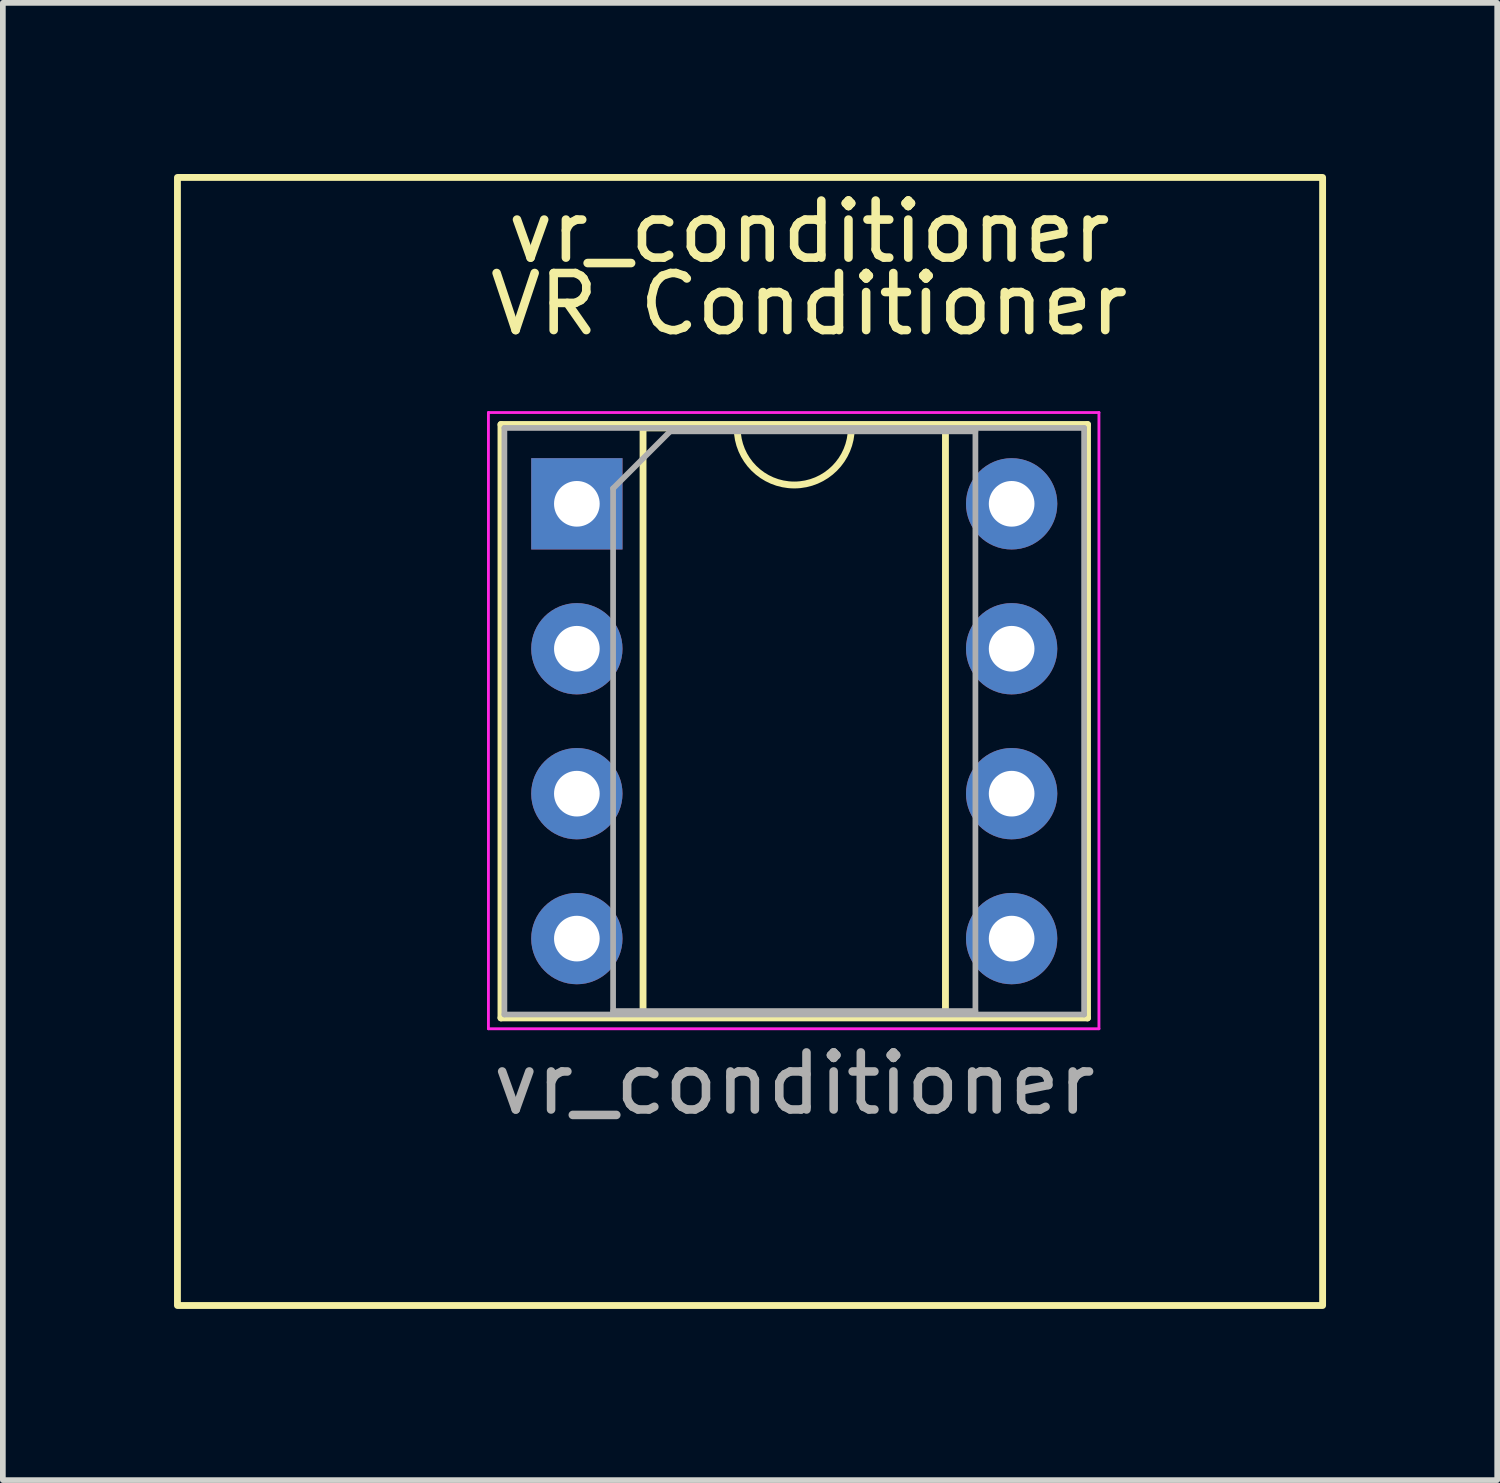
<source format=kicad_pcb>
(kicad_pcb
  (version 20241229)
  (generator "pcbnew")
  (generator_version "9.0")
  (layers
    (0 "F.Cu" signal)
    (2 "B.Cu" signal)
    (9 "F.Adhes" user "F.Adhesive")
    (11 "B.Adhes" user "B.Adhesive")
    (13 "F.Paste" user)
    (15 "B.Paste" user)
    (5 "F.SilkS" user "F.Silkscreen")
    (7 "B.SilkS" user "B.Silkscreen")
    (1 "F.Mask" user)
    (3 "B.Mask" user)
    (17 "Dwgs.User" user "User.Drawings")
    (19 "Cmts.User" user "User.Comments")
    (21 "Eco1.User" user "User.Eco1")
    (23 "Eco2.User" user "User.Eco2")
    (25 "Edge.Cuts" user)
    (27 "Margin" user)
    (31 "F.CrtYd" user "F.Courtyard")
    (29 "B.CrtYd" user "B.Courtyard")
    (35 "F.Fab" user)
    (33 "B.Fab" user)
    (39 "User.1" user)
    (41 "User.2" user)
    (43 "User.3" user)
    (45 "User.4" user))
  (footprint "vr_conditioner"
    (layer "F.Cu")
    (at 11.13 11.17)
    (property "Reference" "vr_conditioner" (at 0 -10.16 0) (unlocked yes) (layer "F.SilkS") (effects (font (size 1 1) (thickness 0.15))))
    (attr through_hole)
    (fp_line (start -5.4 -6.78) (end -5.4 3.62) (stroke (width 0.12) (type solid)) (layer "F.SilkS"))
    (fp_line (start -5.4 3.62) (end 4.88 3.62) (stroke (width 0.12) (type solid)) (layer "F.SilkS"))
    (fp_line (start -2.91 -6.72) (end -2.91 3.56) (stroke (width 0.12) (type solid)) (layer "F.SilkS"))
    (fp_line (start -2.91 3.56) (end 2.39 3.56) (stroke (width 0.12) (type solid)) (layer "F.SilkS"))
    (fp_line (start -1.26 -6.72) (end -2.91 -6.72) (stroke (width 0.12) (type solid)) (layer "F.SilkS"))
    (fp_line (start 2.39 -6.72) (end 0.74 -6.72) (stroke (width 0.12) (type solid)) (layer "F.SilkS"))
    (fp_line (start 2.39 3.56) (end 2.39 -6.72) (stroke (width 0.12) (type solid)) (layer "F.SilkS"))
    (fp_line (start 4.88 -6.78) (end -5.4 -6.78) (stroke (width 0.12) (type solid)) (layer "F.SilkS"))
    (fp_line (start 4.88 3.62) (end 4.88 -6.78) (stroke (width 0.12) (type solid)) (layer "F.SilkS"))
    (fp_rect (start -11.07 -11.11) (end 9 8.66) (stroke (width 0.12) (type solid)) (fill no) (layer "F.SilkS"))
    (fp_arc (start 0.74 -6.72) (mid -0.26 -5.72) (end -1.26 -6.72) (stroke (width 0.12) (type solid)) (layer "F.SilkS"))
    (fp_line (start -5.62 -6.99) (end -5.62 3.81) (stroke (width 0.05) (type solid)) (layer "F.CrtYd"))
    (fp_line (start -5.62 3.81) (end 5.08 3.81) (stroke (width 0.05) (type solid)) (layer "F.CrtYd"))
    (fp_line (start 5.08 -6.99) (end -5.62 -6.99) (stroke (width 0.05) (type solid)) (layer "F.CrtYd"))
    (fp_line (start 5.08 3.81) (end 5.08 -6.99) (stroke (width 0.05) (type solid)) (layer "F.CrtYd"))
    (fp_line (start -5.34 -6.72) (end -5.34 3.56) (stroke (width 0.1) (type solid)) (layer "F.Fab"))
    (fp_line (start -5.34 3.56) (end 4.82 3.56) (stroke (width 0.1) (type solid)) (layer "F.Fab"))
    (fp_line (start -3.435 -5.66) (end -2.435 -6.66) (stroke (width 0.1) (type solid)) (layer "F.Fab"))
    (fp_line (start -3.435 3.5) (end -3.435 -5.66) (stroke (width 0.1) (type solid)) (layer "F.Fab"))
    (fp_line (start -2.435 -6.66) (end 2.915 -6.66) (stroke (width 0.1) (type solid)) (layer "F.Fab"))
    (fp_line (start 2.915 -6.66) (end 2.915 3.5) (stroke (width 0.1) (type solid)) (layer "F.Fab"))
    (fp_line (start 2.915 3.5) (end -3.435 3.5) (stroke (width 0.1) (type solid)) (layer "F.Fab"))
    (fp_line (start 4.82 -6.72) (end -5.34 -6.72) (stroke (width 0.1) (type solid)) (layer "F.Fab"))
    (fp_line (start 4.82 3.56) (end 4.82 -6.72) (stroke (width 0.1) (type solid)) (layer "F.Fab"))
    (fp_text user "VR Conditioner" (at 0 -8.89 0) (unlocked yes) (layer "F.SilkS") (effects (font (size 1 1) (thickness 0.15))))
    (fp_text user "${REFERENCE}" (at -0.26 4.77 0) (unlocked yes) (layer "F.Fab") (effects (font (size 1 1) (thickness 0.15))))
    (pad "1" thru_hole rect (at -4.07 -5.39) (size 1.6 1.6) (drill 0.8) (layers "*.Cu" "*.Mask"))
    (pad "2" thru_hole oval (at -4.07 -2.85) (size 1.6 1.6) (drill 0.8) (layers "*.Cu" "*.Mask"))
    (pad "3" thru_hole oval (at -4.07 -0.31) (size 1.6 1.6) (drill 0.8) (layers "*.Cu" "*.Mask"))
    (pad "4" thru_hole oval (at -4.07 2.23) (size 1.6 1.6) (drill 0.8) (layers "*.Cu" "*.Mask"))
    (pad "5" thru_hole oval (at 3.55 2.23) (size 1.6 1.6) (drill 0.8) (layers "*.Cu" "*.Mask"))
    (pad "6" thru_hole oval (at 3.55 -0.31) (size 1.6 1.6) (drill 0.8) (layers "*.Cu" "*.Mask"))
    (pad "7" thru_hole oval (at 3.55 -2.85) (size 1.6 1.6) (drill 0.8) (layers "*.Cu" "*.Mask"))
    (pad "8" thru_hole oval (at 3.55 -5.39) (size 1.6 1.6) (drill 0.8) (layers "*.Cu" "*.Mask")))
  (gr_rect
    (start -3 -3)
    (end 23.19 22.89)
    (stroke (width 0.1) (type default))
    (fill no)
    (layer "Edge.Cuts")))
</source>
